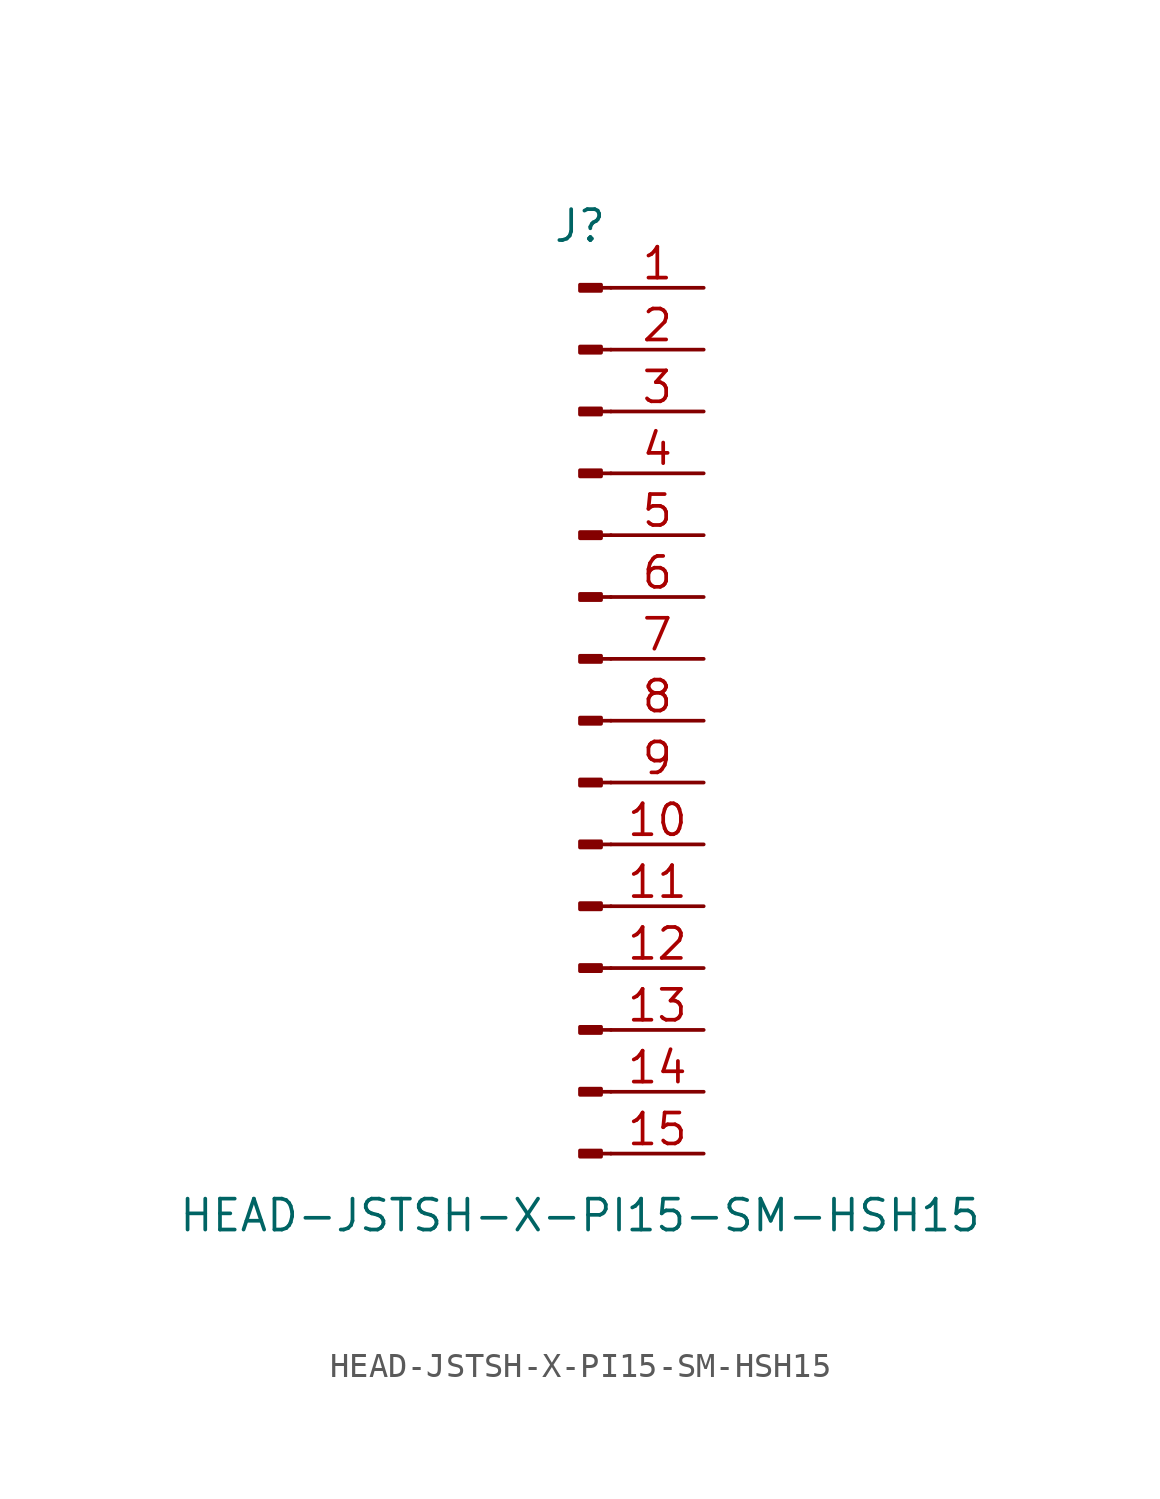
<source format=kicad_sym>
(kicad_symbol_lib
  (version 20211014)
  (generator kicad_symbol_editor)
  (symbol "HEAD-JSTSH-X-PI15-SM-HSH15"
    (pin_names
      (offset 1.016) hide)
    (property "Reference" "J"
      (at 0 20.32 0)
      (effects (font (size 1.27 1.27))))
    (property "Value" "HEAD-JSTSH-X-PI15-SM-HSH15"
      (at 0 -20.32 0)
      (effects (font (size 1.27 1.27))))
    (symbol "HEAD-JSTSH-X-PI15-SM-HSH15_1_1"
      (polyline (pts (xy 1.27 -17.78) (xy 0.864 -17.78)) (stroke (width 0.152) (type default) (color 0 0 0 0)) (fill (type none)))
      (polyline (pts (xy 1.27 -15.24) (xy 0.864 -15.24)) (stroke (width 0.152) (type default) (color 0 0 0 0)) (fill (type none)))
      (polyline (pts (xy 1.27 -12.7) (xy 0.864 -12.7)) (stroke (width 0.152) (type default) (color 0 0 0 0)) (fill (type none)))
      (polyline (pts (xy 1.27 -10.16) (xy 0.864 -10.16)) (stroke (width 0.152) (type default) (color 0 0 0 0)) (fill (type none)))
      (polyline (pts (xy 1.27 -7.62) (xy 0.864 -7.62)) (stroke (width 0.152) (type default) (color 0 0 0 0)) (fill (type none)))
      (polyline (pts (xy 1.27 -5.08) (xy 0.864 -5.08)) (stroke (width 0.152) (type default) (color 0 0 0 0)) (fill (type none)))
      (polyline (pts (xy 1.27 -2.54) (xy 0.864 -2.54)) (stroke (width 0.152) (type default) (color 0 0 0 0)) (fill (type none)))
      (polyline (pts (xy 1.27 0) (xy 0.864 0)) (stroke (width 0.152) (type default) (color 0 0 0 0)) (fill (type none)))
      (polyline (pts (xy 1.27 2.54) (xy 0.864 2.54)) (stroke (width 0.152) (type default) (color 0 0 0 0)) (fill (type none)))
      (polyline (pts (xy 1.27 5.08) (xy 0.864 5.08)) (stroke (width 0.152) (type default) (color 0 0 0 0)) (fill (type none)))
      (polyline (pts (xy 1.27 7.62) (xy 0.864 7.62)) (stroke (width 0.152) (type default) (color 0 0 0 0)) (fill (type none)))
      (polyline (pts (xy 1.27 10.16) (xy 0.864 10.16)) (stroke (width 0.152) (type default) (color 0 0 0 0)) (fill (type none)))
      (polyline (pts (xy 1.27 12.7) (xy 0.864 12.7)) (stroke (width 0.152) (type default) (color 0 0 0 0)) (fill (type none)))
      (polyline (pts (xy 1.27 15.24) (xy 0.864 15.24)) (stroke (width 0.152) (type default) (color 0 0 0 0)) (fill (type none)))
      (polyline (pts (xy 1.27 17.78) (xy 0.864 17.78)) (stroke (width 0.152) (type default) (color 0 0 0 0)) (fill (type none)))
      (rectangle (start 0.864 -17.653) (end 0 -17.907) (stroke (width 0.152) (type default) (color 0 0 0 0)) (fill (type outline)))
      (rectangle (start 0.864 -15.113) (end 0 -15.367) (stroke (width 0.152) (type default) (color 0 0 0 0)) (fill (type outline)))
      (rectangle (start 0.864 -12.573) (end 0 -12.827) (stroke (width 0.152) (type default) (color 0 0 0 0)) (fill (type outline)))
      (rectangle (start 0.864 -10.033) (end 0 -10.287) (stroke (width 0.152) (type default) (color 0 0 0 0)) (fill (type outline)))
      (rectangle (start 0.864 -7.493) (end 0 -7.747) (stroke (width 0.152) (type default) (color 0 0 0 0)) (fill (type outline)))
      (rectangle (start 0.864 -4.953) (end 0 -5.207) (stroke (width 0.152) (type default) (color 0 0 0 0)) (fill (type outline)))
      (rectangle (start 0.864 -2.413) (end 0 -2.667) (stroke (width 0.152) (type default) (color 0 0 0 0)) (fill (type outline)))
      (rectangle (start 0.864 0.127) (end 0 -0.127) (stroke (width 0.152) (type default) (color 0 0 0 0)) (fill (type outline)))
      (rectangle (start 0.864 2.667) (end 0 2.413) (stroke (width 0.152) (type default) (color 0 0 0 0)) (fill (type outline)))
      (rectangle (start 0.864 5.207) (end 0 4.953) (stroke (width 0.152) (type default) (color 0 0 0 0)) (fill (type outline)))
      (rectangle (start 0.864 7.747) (end 0 7.493) (stroke (width 0.152) (type default) (color 0 0 0 0)) (fill (type outline)))
      (rectangle (start 0.864 10.287) (end 0 10.033) (stroke (width 0.152) (type default) (color 0 0 0 0)) (fill (type outline)))
      (rectangle (start 0.864 12.827) (end 0 12.573) (stroke (width 0.152) (type default) (color 0 0 0 0)) (fill (type outline)))
      (rectangle (start 0.864 15.367) (end 0 15.113) (stroke (width 0.152) (type default) (color 0 0 0 0)) (fill (type outline)))
      (rectangle (start 0.864 17.907) (end 0 17.653) (stroke (width 0.152) (type default) (color 0 0 0 0)) (fill (type outline)))
      (pin passive line (at 5.08 17.78 180) (length 3.81) (name "Pin_1" (effects (font (size 1.27 1.27)))) (number "1" (effects (font (size 1.27 1.27)))))
      (pin passive line (at 5.08 -5.08 180) (length 3.81) (name "Pin_10" (effects (font (size 1.27 1.27)))) (number "10" (effects (font (size 1.27 1.27)))))
      (pin passive line (at 5.08 -7.62 180) (length 3.81) (name "Pin_11" (effects (font (size 1.27 1.27)))) (number "11" (effects (font (size 1.27 1.27)))))
      (pin passive line (at 5.08 -10.16 180) (length 3.81) (name "Pin_12" (effects (font (size 1.27 1.27)))) (number "12" (effects (font (size 1.27 1.27)))))
      (pin passive line (at 5.08 -12.7 180) (length 3.81) (name "Pin_13" (effects (font (size 1.27 1.27)))) (number "13" (effects (font (size 1.27 1.27)))))
      (pin passive line (at 5.08 -15.24 180) (length 3.81) (name "Pin_14" (effects (font (size 1.27 1.27)))) (number "14" (effects (font (size 1.27 1.27)))))
      (pin passive line (at 5.08 -17.78 180) (length 3.81) (name "Pin_15" (effects (font (size 1.27 1.27)))) (number "15" (effects (font (size 1.27 1.27)))))
      (pin passive line (at 5.08 15.24 180) (length 3.81) (name "Pin_2" (effects (font (size 1.27 1.27)))) (number "2" (effects (font (size 1.27 1.27)))))
      (pin passive line (at 5.08 12.7 180) (length 3.81) (name "Pin_3" (effects (font (size 1.27 1.27)))) (number "3" (effects (font (size 1.27 1.27)))))
      (pin passive line (at 5.08 10.16 180) (length 3.81) (name "Pin_4" (effects (font (size 1.27 1.27)))) (number "4" (effects (font (size 1.27 1.27)))))
      (pin passive line (at 5.08 7.62 180) (length 3.81) (name "Pin_5" (effects (font (size 1.27 1.27)))) (number "5" (effects (font (size 1.27 1.27)))))
      (pin passive line (at 5.08 5.08 180) (length 3.81) (name "Pin_6" (effects (font (size 1.27 1.27)))) (number "6" (effects (font (size 1.27 1.27)))))
      (pin passive line (at 5.08 2.54 180) (length 3.81) (name "Pin_7" (effects (font (size 1.27 1.27)))) (number "7" (effects (font (size 1.27 1.27)))))
      (pin passive line (at 5.08 0 180) (length 3.81) (name "Pin_8" (effects (font (size 1.27 1.27)))) (number "8" (effects (font (size 1.27 1.27)))))
      (pin passive line (at 5.08 -2.54 180) (length 3.81) (name "Pin_9" (effects (font (size 1.27 1.27)))) (number "9" (effects (font (size 1.27 1.27))))))))
</source>
